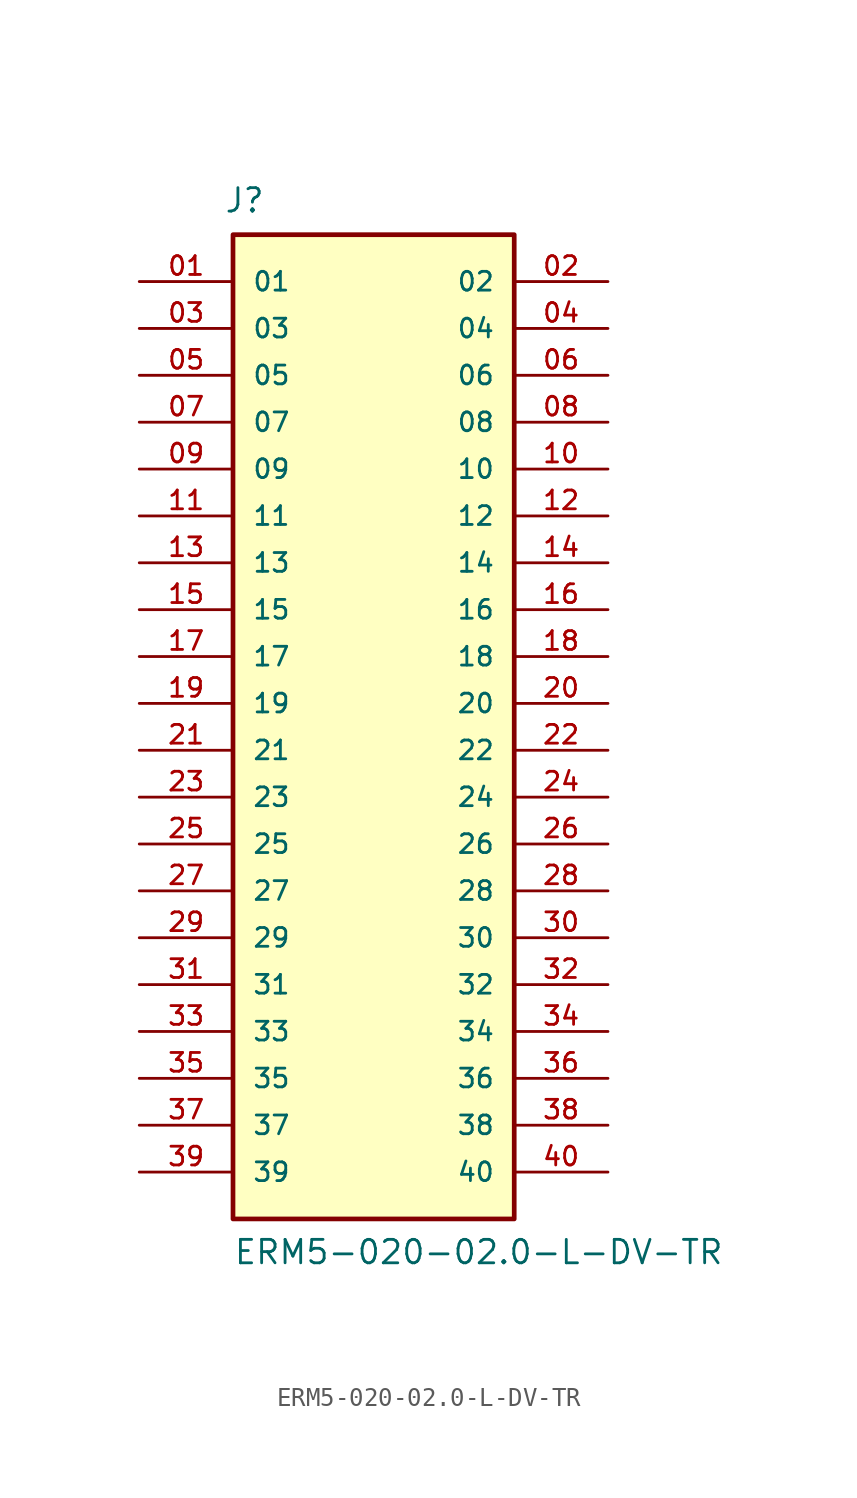
<source format=kicad_sym>
(kicad_symbol_lib
  (version 20231120)
  (generator "kicad_symbol_editor")
  (generator_version "8.0")
  (symbol "ERM5-020-02.0-L-DV-TR"
    (pin_names
      (offset 1.016))
    (property "Reference" "J"
      (at -8.12 26.516 0)
      (effects (font (size 1.27 1.27)) (justify left bottom)))
    (property "Value" "ERM5-020-02.0-L-DV-TR"
      (at -7.62 -30.48 0)
      (effects (font (size 1.27 1.27)) (justify left bottom)))
    (symbol "ERM5-020-02.0-L-DV-TR_0_0"
      (rectangle (start -7.62 25.4) (end 7.62 -27.94) (stroke (width 0.254) (type default)) (fill (type background)))
      (pin passive line (at -12.7 22.86 0) (length 5.08) (name "01" (effects (font (size 1.016 1.016)))) (number "01" (effects (font (size 1.016 1.016)))))
      (pin passive line (at 12.7 22.86 180) (length 5.08) (name "02" (effects (font (size 1.016 1.016)))) (number "02" (effects (font (size 1.016 1.016)))))
      (pin passive line (at -12.7 20.32 0) (length 5.08) (name "03" (effects (font (size 1.016 1.016)))) (number "03" (effects (font (size 1.016 1.016)))))
      (pin passive line (at 12.7 20.32 180) (length 5.08) (name "04" (effects (font (size 1.016 1.016)))) (number "04" (effects (font (size 1.016 1.016)))))
      (pin passive line (at -12.7 17.78 0) (length 5.08) (name "05" (effects (font (size 1.016 1.016)))) (number "05" (effects (font (size 1.016 1.016)))))
      (pin passive line (at 12.7 17.78 180) (length 5.08) (name "06" (effects (font (size 1.016 1.016)))) (number "06" (effects (font (size 1.016 1.016)))))
      (pin passive line (at -12.7 15.24 0) (length 5.08) (name "07" (effects (font (size 1.016 1.016)))) (number "07" (effects (font (size 1.016 1.016)))))
      (pin passive line (at 12.7 15.24 180) (length 5.08) (name "08" (effects (font (size 1.016 1.016)))) (number "08" (effects (font (size 1.016 1.016)))))
      (pin passive line (at -12.7 12.7 0) (length 5.08) (name "09" (effects (font (size 1.016 1.016)))) (number "09" (effects (font (size 1.016 1.016)))))
      (pin passive line (at 12.7 12.7 180) (length 5.08) (name "10" (effects (font (size 1.016 1.016)))) (number "10" (effects (font (size 1.016 1.016)))))
      (pin passive line (at -12.7 10.16 0) (length 5.08) (name "11" (effects (font (size 1.016 1.016)))) (number "11" (effects (font (size 1.016 1.016)))))
      (pin passive line (at 12.7 10.16 180) (length 5.08) (name "12" (effects (font (size 1.016 1.016)))) (number "12" (effects (font (size 1.016 1.016)))))
      (pin passive line (at -12.7 7.62 0) (length 5.08) (name "13" (effects (font (size 1.016 1.016)))) (number "13" (effects (font (size 1.016 1.016)))))
      (pin passive line (at 12.7 7.62 180) (length 5.08) (name "14" (effects (font (size 1.016 1.016)))) (number "14" (effects (font (size 1.016 1.016)))))
      (pin passive line (at -12.7 5.08 0) (length 5.08) (name "15" (effects (font (size 1.016 1.016)))) (number "15" (effects (font (size 1.016 1.016)))))
      (pin passive line (at 12.7 5.08 180) (length 5.08) (name "16" (effects (font (size 1.016 1.016)))) (number "16" (effects (font (size 1.016 1.016)))))
      (pin passive line (at -12.7 2.54 0) (length 5.08) (name "17" (effects (font (size 1.016 1.016)))) (number "17" (effects (font (size 1.016 1.016)))))
      (pin passive line (at 12.7 2.54 180) (length 5.08) (name "18" (effects (font (size 1.016 1.016)))) (number "18" (effects (font (size 1.016 1.016)))))
      (pin passive line (at -12.7 0 0) (length 5.08) (name "19" (effects (font (size 1.016 1.016)))) (number "19" (effects (font (size 1.016 1.016)))))
      (pin passive line (at 12.7 0 180) (length 5.08) (name "20" (effects (font (size 1.016 1.016)))) (number "20" (effects (font (size 1.016 1.016)))))
      (pin passive line (at -12.7 -2.54 0) (length 5.08) (name "21" (effects (font (size 1.016 1.016)))) (number "21" (effects (font (size 1.016 1.016)))))
      (pin passive line (at 12.7 -2.54 180) (length 5.08) (name "22" (effects (font (size 1.016 1.016)))) (number "22" (effects (font (size 1.016 1.016)))))
      (pin passive line (at -12.7 -5.08 0) (length 5.08) (name "23" (effects (font (size 1.016 1.016)))) (number "23" (effects (font (size 1.016 1.016)))))
      (pin passive line (at 12.7 -5.08 180) (length 5.08) (name "24" (effects (font (size 1.016 1.016)))) (number "24" (effects (font (size 1.016 1.016)))))
      (pin passive line (at -12.7 -7.62 0) (length 5.08) (name "25" (effects (font (size 1.016 1.016)))) (number "25" (effects (font (size 1.016 1.016)))))
      (pin passive line (at 12.7 -7.62 180) (length 5.08) (name "26" (effects (font (size 1.016 1.016)))) (number "26" (effects (font (size 1.016 1.016)))))
      (pin passive line (at -12.7 -10.16 0) (length 5.08) (name "27" (effects (font (size 1.016 1.016)))) (number "27" (effects (font (size 1.016 1.016)))))
      (pin passive line (at 12.7 -10.16 180) (length 5.08) (name "28" (effects (font (size 1.016 1.016)))) (number "28" (effects (font (size 1.016 1.016)))))
      (pin passive line (at -12.7 -12.7 0) (length 5.08) (name "29" (effects (font (size 1.016 1.016)))) (number "29" (effects (font (size 1.016 1.016)))))
      (pin passive line (at 12.7 -12.7 180) (length 5.08) (name "30" (effects (font (size 1.016 1.016)))) (number "30" (effects (font (size 1.016 1.016)))))
      (pin passive line (at -12.7 -15.24 0) (length 5.08) (name "31" (effects (font (size 1.016 1.016)))) (number "31" (effects (font (size 1.016 1.016)))))
      (pin passive line (at 12.7 -15.24 180) (length 5.08) (name "32" (effects (font (size 1.016 1.016)))) (number "32" (effects (font (size 1.016 1.016)))))
      (pin passive line (at -12.7 -17.78 0) (length 5.08) (name "33" (effects (font (size 1.016 1.016)))) (number "33" (effects (font (size 1.016 1.016)))))
      (pin passive line (at 12.7 -17.78 180) (length 5.08) (name "34" (effects (font (size 1.016 1.016)))) (number "34" (effects (font (size 1.016 1.016)))))
      (pin passive line (at -12.7 -20.32 0) (length 5.08) (name "35" (effects (font (size 1.016 1.016)))) (number "35" (effects (font (size 1.016 1.016)))))
      (pin passive line (at 12.7 -20.32 180) (length 5.08) (name "36" (effects (font (size 1.016 1.016)))) (number "36" (effects (font (size 1.016 1.016)))))
      (pin passive line (at -12.7 -22.86 0) (length 5.08) (name "37" (effects (font (size 1.016 1.016)))) (number "37" (effects (font (size 1.016 1.016)))))
      (pin passive line (at 12.7 -22.86 180) (length 5.08) (name "38" (effects (font (size 1.016 1.016)))) (number "38" (effects (font (size 1.016 1.016)))))
      (pin passive line (at -12.7 -25.4 0) (length 5.08) (name "39" (effects (font (size 1.016 1.016)))) (number "39" (effects (font (size 1.016 1.016)))))
      (pin passive line (at 12.7 -25.4 180) (length 5.08) (name "40" (effects (font (size 1.016 1.016)))) (number "40" (effects (font (size 1.016 1.016))))))))
</source>
